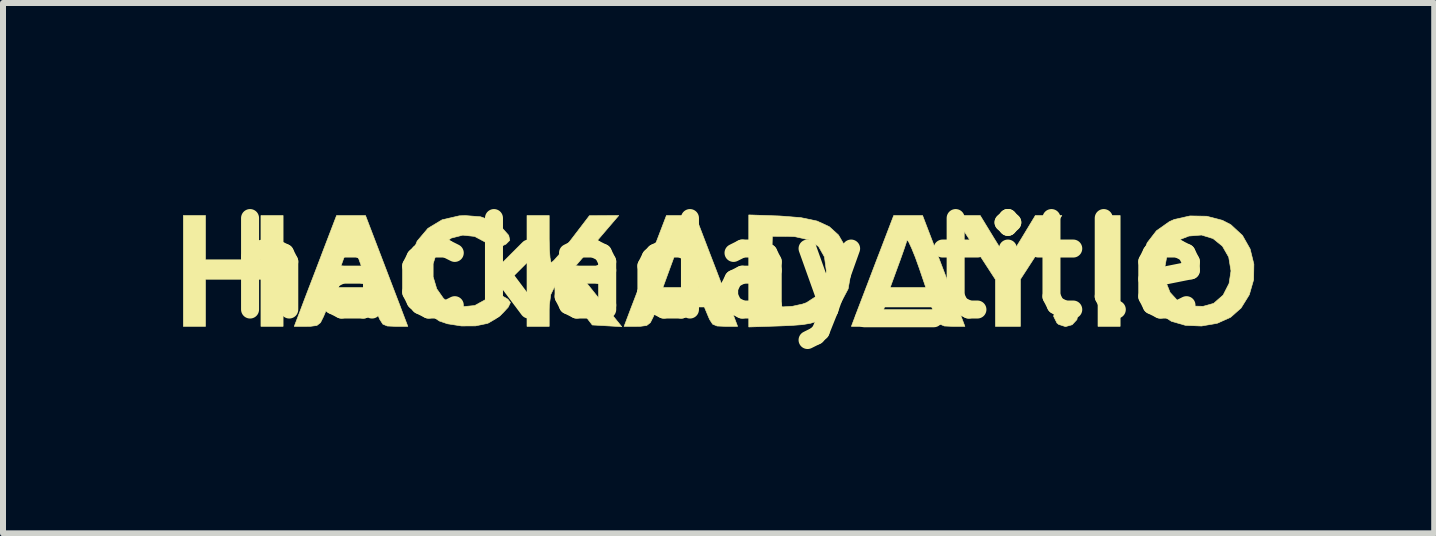
<source format=kicad_pcb>
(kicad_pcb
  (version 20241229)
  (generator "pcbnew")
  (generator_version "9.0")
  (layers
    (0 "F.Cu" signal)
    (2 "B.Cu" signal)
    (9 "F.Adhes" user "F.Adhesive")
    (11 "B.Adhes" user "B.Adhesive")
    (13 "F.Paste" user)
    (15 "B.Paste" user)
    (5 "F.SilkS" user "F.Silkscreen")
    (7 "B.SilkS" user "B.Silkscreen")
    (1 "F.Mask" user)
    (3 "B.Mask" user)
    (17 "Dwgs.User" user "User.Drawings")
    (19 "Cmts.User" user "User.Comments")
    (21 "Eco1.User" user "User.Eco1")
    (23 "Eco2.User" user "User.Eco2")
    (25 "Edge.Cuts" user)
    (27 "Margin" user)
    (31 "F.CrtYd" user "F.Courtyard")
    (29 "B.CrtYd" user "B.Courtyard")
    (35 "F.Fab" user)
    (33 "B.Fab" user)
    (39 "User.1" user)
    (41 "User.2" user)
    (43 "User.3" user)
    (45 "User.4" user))
  (footprint "hackaday_title"
    (layer "F.Cu")
    (at 8.918 1.418)
    (property "Reference" "hackaday_title" (at 0 0 0) (layer "F.SilkS") (effects (font (size 1.524 1.524) (thickness 0.3))))
    (attr through_hole)
    (fp_poly (pts (xy 6.696 0.97) (xy 6.327 0.97) (xy 6.327 -0.877) (xy 6.696 -0.877) (xy 6.696 0.97)) (stroke (width 0.01) (type solid)) (fill yes) (layer "F.SilkS"))
    (fp_poly (pts (xy -8.544 -0.139) (xy -7.62 -0.139) (xy -7.62 -0.877) (xy -7.251 -0.877) (xy -7.251 0.97) (xy -7.62 0.97) (xy -7.62 0.185) (xy -8.544 0.185) (xy -8.544 0.97) (xy -8.913 0.97) (xy -8.913 -0.877) (xy -8.544 -0.877) (xy -8.544 -0.139)) (stroke (width 0.01) (type solid)) (fill yes) (layer "F.SilkS"))
    (fp_poly (pts (xy 5.946 0.619) (xy 5.996 0.735) (xy 5.976 0.857) (xy 5.897 0.942) (xy 5.786 0.974) (xy 5.672 0.938) (xy 5.643 0.914) (xy 5.588 0.804) (xy 5.608 0.686) (xy 5.695 0.596) (xy 5.707 0.59) (xy 5.844 0.565) (xy 5.946 0.619)) (stroke (width 0.01) (type solid)) (fill yes) (layer "F.SilkS"))
    (fp_poly (pts (xy 4.589 -0.508) (xy 4.688 -0.348) (xy 4.767 -0.223) (xy 4.816 -0.15) (xy 4.825 -0.139) (xy 4.852 -0.175) (xy 4.916 -0.274) (xy 5.004 -0.417) (xy 5.06 -0.508) (xy 5.283 -0.877) (xy 5.724 -0.877) (xy 5.379 -0.346) (xy 5.034 0.186) (xy 5.034 0.97) (xy 4.618 0.97) (xy 4.618 0.189) (xy 4.272 -0.344) (xy 3.926 -0.877) (xy 4.364 -0.877) (xy 4.589 -0.508)) (stroke (width 0.01) (type solid)) (fill yes) (layer "F.SilkS"))
    (fp_poly (pts (xy -2.817 -0.485) (xy -2.813 -0.308) (xy -2.803 -0.172) (xy -2.788 -0.099) (xy -2.781 -0.092) (xy -2.74 -0.127) (xy -2.657 -0.22) (xy -2.545 -0.357) (xy -2.446 -0.483) (xy -2.147 -0.874) (xy -1.903 -0.876) (xy -1.659 -0.877) (xy -2.401 -0.01) (xy -2.005 0.483) (xy -1.609 0.975) (xy -2.099 0.947) (xy -2.653 0.223) (xy -2.735 0.324) (xy -2.791 0.439) (xy -2.815 0.616) (xy -2.817 0.698) (xy -2.817 0.97) (xy -3.187 0.97) (xy -3.187 -0.877) (xy -2.817 -0.877) (xy -2.817 -0.485)) (stroke (width 0.01) (type solid)) (fill yes) (layer "F.SilkS"))
    (fp_poly (pts (xy 1.028 -0.869) (xy 1.375 -0.842) (xy 1.646 -0.785) (xy 1.851 -0.69) (xy 2.003 -0.552) (xy 2.114 -0.361) (xy 2.171 -0.201) (xy 2.21 0.079) (xy 2.164 0.345) (xy 2.038 0.583) (xy 1.84 0.776) (xy 1.753 0.831) (xy 1.647 0.883) (xy 1.539 0.918) (xy 1.403 0.941) (xy 1.216 0.955) (xy 1.028 0.963) (xy 0.508 0.98) (xy 0.508 0.213) (xy 0.884 0.213) (xy 0.885 0.398) (xy 0.89 0.53) (xy 0.898 0.586) (xy 0.959 0.629) (xy 1.081 0.645) (xy 1.238 0.635) (xy 1.402 0.599) (xy 1.468 0.576) (xy 1.649 0.458) (xy 1.762 0.281) (xy 1.801 0.052) (xy 1.801 0.048) (xy 1.769 -0.188) (xy 1.671 -0.361) (xy 1.506 -0.473) (xy 1.271 -0.526) (xy 1.161 -0.53) (xy 0.901 -0.531) (xy 0.887 -0.003) (xy 0.884 0.213) (xy 0.508 0.213) (xy 0.508 -0.887) (xy 1.028 -0.869)) (stroke (width 0.01) (type solid)) (fill yes) (layer "F.SilkS"))
    (fp_poly (pts (xy -5.635 -0.242) (xy -5.538 0.012) (xy -5.442 0.264) (xy -5.357 0.486) (xy -5.293 0.653) (xy -5.283 0.681) (xy -5.173 0.97) (xy -5.383 0.97) (xy -5.515 0.964) (xy -5.589 0.933) (xy -5.639 0.856) (xy -5.66 0.808) (xy -5.728 0.647) (xy -6.51 0.647) (xy -6.578 0.808) (xy -6.628 0.908) (xy -6.688 0.955) (xy -6.793 0.969) (xy -6.855 0.97) (xy -7.065 0.97) (xy -6.955 0.681) (xy -6.898 0.53) (xy -6.819 0.323) (xy -6.418 0.323) (xy -5.824 0.323) (xy -5.934 0.002) (xy -6 -0.182) (xy -6.06 -0.332) (xy -6.108 -0.433) (xy -6.136 -0.47) (xy -6.141 -0.459) (xy -6.156 -0.407) (xy -6.196 -0.289) (xy -6.254 -0.128) (xy -6.28 -0.055) (xy -6.418 0.323) (xy -6.819 0.323) (xy -6.817 0.318) (xy -6.722 0.071) (xy -6.624 -0.186) (xy -6.603 -0.242) (xy -6.36 -0.877) (xy -5.878 -0.877) (xy -5.635 -0.242)) (stroke (width 0.01) (type solid)) (fill yes) (layer "F.SilkS"))
    (fp_poly (pts (xy -0.14 -0.242) (xy -0.042 0.012) (xy 0.054 0.264) (xy 0.138 0.486) (xy 0.202 0.653) (xy 0.213 0.681) (xy 0.322 0.97) (xy 0.113 0.97) (xy -0.02 0.964) (xy -0.094 0.933) (xy -0.144 0.856) (xy -0.165 0.808) (xy -0.232 0.647) (xy -1.015 0.647) (xy -1.082 0.808) (xy -1.132 0.908) (xy -1.192 0.955) (xy -1.297 0.969) (xy -1.36 0.97) (xy -1.569 0.97) (xy -1.46 0.681) (xy -1.402 0.53) (xy -1.323 0.323) (xy -0.923 0.323) (xy -0.329 0.323) (xy -0.438 0.002) (xy -0.504 -0.182) (xy -0.564 -0.332) (xy -0.612 -0.433) (xy -0.64 -0.47) (xy -0.645 -0.459) (xy -0.661 -0.407) (xy -0.701 -0.289) (xy -0.758 -0.128) (xy -0.785 -0.055) (xy -0.923 0.323) (xy -1.323 0.323) (xy -1.321 0.318) (xy -1.227 0.071) (xy -1.129 -0.186) (xy -1.107 -0.242) (xy -0.864 -0.877) (xy -0.383 -0.877) (xy -0.14 -0.242)) (stroke (width 0.01) (type solid)) (fill yes) (layer "F.SilkS"))
    (fp_poly (pts (xy 3.647 -0.242) (xy 3.744 0.012) (xy 3.84 0.264) (xy 3.925 0.486) (xy 3.989 0.653) (xy 4 0.681) (xy 4.109 0.97) (xy 3.9 0.97) (xy 3.767 0.964) (xy 3.693 0.933) (xy 3.643 0.856) (xy 3.622 0.808) (xy 3.555 0.647) (xy 2.772 0.647) (xy 2.705 0.808) (xy 2.655 0.908) (xy 2.595 0.955) (xy 2.49 0.969) (xy 2.427 0.97) (xy 2.218 0.97) (xy 2.327 0.681) (xy 2.385 0.53) (xy 2.464 0.323) (xy 2.864 0.323) (xy 3.458 0.323) (xy 3.349 0.002) (xy 3.283 -0.182) (xy 3.222 -0.332) (xy 3.175 -0.433) (xy 3.146 -0.47) (xy 3.142 -0.459) (xy 3.126 -0.407) (xy 3.086 -0.289) (xy 3.029 -0.128) (xy 3.002 -0.055) (xy 2.864 0.323) (xy 2.464 0.323) (xy 2.466 0.318) (xy 2.56 0.071) (xy 2.658 -0.186) (xy 2.68 -0.242) (xy 2.923 -0.877) (xy 3.404 -0.877) (xy 3.647 -0.242)) (stroke (width 0.01) (type solid)) (fill yes) (layer "F.SilkS"))
    (fp_poly (pts (xy 8.139 -0.865) (xy 8.4 -0.797) (xy 8.539 -0.725) (xy 8.734 -0.545) (xy 8.862 -0.319) (xy 8.924 -0.067) (xy 8.92 0.193) (xy 8.848 0.443) (xy 8.711 0.664) (xy 8.536 0.819) (xy 8.315 0.918) (xy 8.052 0.964) (xy 7.784 0.953) (xy 7.549 0.885) (xy 7.322 0.735) (xy 7.159 0.535) (xy 7.061 0.304) (xy 7.027 0.056) (xy 7.031 0.015) (xy 7.435 0.015) (xy 7.454 0.22) (xy 7.528 0.405) (xy 7.658 0.547) (xy 7.701 0.574) (xy 7.88 0.631) (xy 8.079 0.636) (xy 8.251 0.588) (xy 8.258 0.584) (xy 8.412 0.449) (xy 8.511 0.255) (xy 8.543 0.046) (xy 8.505 -0.184) (xy 8.4 -0.367) (xy 8.244 -0.493) (xy 8.052 -0.552) (xy 7.841 -0.535) (xy 7.711 -0.484) (xy 7.564 -0.361) (xy 7.472 -0.187) (xy 7.435 0.015) (xy 7.031 0.015) (xy 7.055 -0.191) (xy 7.147 -0.423) (xy 7.301 -0.623) (xy 7.516 -0.775) (xy 7.597 -0.811) (xy 7.86 -0.87) (xy 8.139 -0.865)) (stroke (width 0.01) (type solid)) (fill yes) (layer "F.SilkS"))
    (fp_poly (pts (xy -3.961 -0.856) (xy -3.759 -0.784) (xy -3.591 -0.658) (xy -3.492 -0.546) (xy -3.474 -0.464) (xy -3.538 -0.4) (xy -3.601 -0.37) (xy -3.698 -0.34) (xy -3.775 -0.355) (xy -3.872 -0.426) (xy -3.882 -0.434) (xy -4.06 -0.529) (xy -4.257 -0.55) (xy -4.449 -0.501) (xy -4.61 -0.386) (xy -4.687 -0.279) (xy -4.751 -0.073) (xy -4.751 0.144) (xy -4.691 0.345) (xy -4.578 0.506) (xy -4.481 0.576) (xy -4.267 0.643) (xy -4.058 0.623) (xy -3.882 0.526) (xy -3.781 0.451) (xy -3.704 0.431) (xy -3.61 0.459) (xy -3.601 0.462) (xy -3.506 0.517) (xy -3.464 0.572) (xy -3.464 0.574) (xy -3.5 0.65) (xy -3.59 0.748) (xy -3.709 0.843) (xy -3.83 0.914) (xy -3.848 0.921) (xy -4.045 0.962) (xy -4.28 0.963) (xy -4.512 0.927) (xy -4.647 0.881) (xy -4.864 0.735) (xy -5.029 0.527) (xy -5.131 0.28) (xy -5.161 0.015) (xy -5.133 -0.172) (xy -5.017 -0.451) (xy -4.837 -0.664) (xy -4.601 -0.806) (xy -4.315 -0.872) (xy -4.217 -0.876) (xy -3.961 -0.856)) (stroke (width 0.01) (type solid)) (fill yes) (layer "F.SilkS")))
  (gr_rect
    (start -3 -3)
    (end 20.847 5.836)
    (stroke (width 0.1) (type default))
    (fill no)
    (layer "Edge.Cuts")))
</source>
